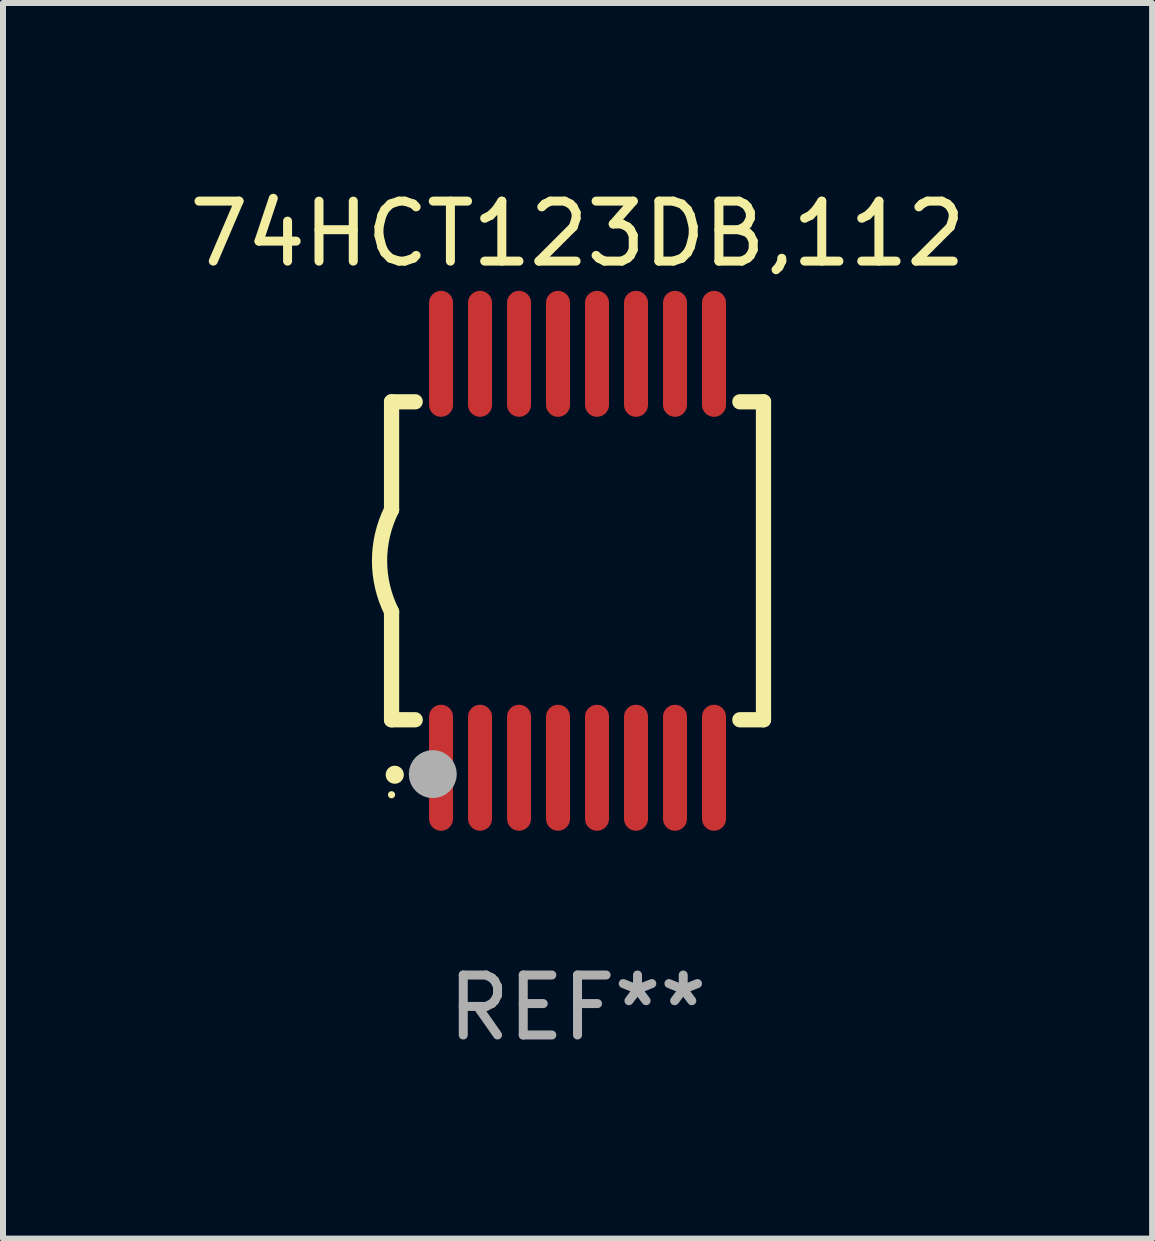
<source format=kicad_pcb>
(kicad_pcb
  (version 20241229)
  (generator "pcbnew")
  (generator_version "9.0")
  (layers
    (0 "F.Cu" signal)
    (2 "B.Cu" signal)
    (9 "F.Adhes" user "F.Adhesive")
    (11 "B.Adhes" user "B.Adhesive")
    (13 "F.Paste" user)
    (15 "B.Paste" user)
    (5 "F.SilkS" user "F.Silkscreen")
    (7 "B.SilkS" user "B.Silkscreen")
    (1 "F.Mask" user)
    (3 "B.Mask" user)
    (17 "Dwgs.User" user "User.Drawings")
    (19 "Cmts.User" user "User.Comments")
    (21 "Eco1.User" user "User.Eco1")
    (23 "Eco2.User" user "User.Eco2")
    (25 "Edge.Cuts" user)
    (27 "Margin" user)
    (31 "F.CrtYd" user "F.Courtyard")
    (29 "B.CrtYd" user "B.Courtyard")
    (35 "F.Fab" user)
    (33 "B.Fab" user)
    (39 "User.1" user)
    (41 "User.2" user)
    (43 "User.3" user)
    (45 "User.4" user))
  (footprint "74HCT123DB,112"
    (layer "F.Cu")
    (at 6.577 6.298)
    (property "Reference" "74HCT123DB,112" (at 0 -5.45 0) (layer "F.SilkS") (effects (font (size 1 1) (thickness 0.15))))
    (attr through_hole)
    (fp_line (start -3.1 -2.65) (end -3.1 -0.85) (stroke (width 0.254) (type solid)) (layer "F.SilkS"))
    (fp_line (start -3.1 -2.65) (end -2.706 -2.65) (stroke (width 0.254) (type solid)) (layer "F.SilkS"))
    (fp_line (start -3.1 2.65) (end -3.1 0.85) (stroke (width 0.254) (type solid)) (layer "F.SilkS"))
    (fp_line (start -3.1 2.65) (end -2.706 2.65) (stroke (width 0.254) (type solid)) (layer "F.SilkS"))
    (fp_line (start 2.706 -2.65) (end 3.1 -2.65) (stroke (width 0.254) (type solid)) (layer "F.SilkS"))
    (fp_line (start 2.706 2.65) (end 3.1 2.65) (stroke (width 0.254) (type solid)) (layer "F.SilkS"))
    (fp_line (start 3.1 -2.65) (end 3.1 2.65) (stroke (width 0.254) (type solid)) (layer "F.SilkS"))
    (fp_arc (start -3.098907 0.850902) (mid -3.300057 0.000523) (end -3.1 -0.850114) (stroke (width 0.254001) (type solid)) (layer "F.SilkS"))
    (fp_arc (start -3.048006 3.566066) (mid -3.046736 3.566061) (end -3.045466 3.566066) (stroke (width 0.3) (type solid)) (layer "F.SilkS"))
    (fp_circle (center -3.1 3.9) (end -3.07 3.9) (stroke (width 0.06) (type solid)) (fill no) (layer "F.SilkS"))
    (fp_circle (center -2.413 3.556) (end -2.213 3.556) (stroke (width 0.4) (type solid)) (fill no) (layer "F.Fab"))
    (fp_text user "REF**" (at 0 7.45 0) (layer "F.Fab") (effects (font (size 1 1) (thickness 0.15))))
    (pad "1" smd oval (at -2.275 3.45 180) (size 0.4 2.1) (layers "F.Cu" "F.Mask" "F.Paste"))
    (pad "2" smd oval (at -1.625 3.45 180) (size 0.4 2.1) (layers "F.Cu" "F.Mask" "F.Paste"))
    (pad "3" smd oval (at -0.975 3.45 180) (size 0.4 2.1) (layers "F.Cu" "F.Mask" "F.Paste"))
    (pad "4" smd oval (at -0.325 3.45 180) (size 0.4 2.1) (layers "F.Cu" "F.Mask" "F.Paste"))
    (pad "5" smd oval (at 0.325 3.45 180) (size 0.4 2.1) (layers "F.Cu" "F.Mask" "F.Paste"))
    (pad "6" smd oval (at 0.975 3.45 180) (size 0.4 2.1) (layers "F.Cu" "F.Mask" "F.Paste"))
    (pad "7" smd oval (at 1.625 3.45 180) (size 0.4 2.1) (layers "F.Cu" "F.Mask" "F.Paste"))
    (pad "8" smd oval (at 2.275 3.45 180) (size 0.4 2.1) (layers "F.Cu" "F.Mask" "F.Paste"))
    (pad "9" smd oval (at 2.275 -3.45 180) (size 0.4 2.1) (layers "F.Cu" "F.Mask" "F.Paste"))
    (pad "10" smd oval (at 1.625 -3.45 180) (size 0.4 2.1) (layers "F.Cu" "F.Mask" "F.Paste"))
    (pad "11" smd oval (at 0.975 -3.45 180) (size 0.4 2.1) (layers "F.Cu" "F.Mask" "F.Paste"))
    (pad "12" smd oval (at 0.325 -3.45 180) (size 0.4 2.1) (layers "F.Cu" "F.Mask" "F.Paste"))
    (pad "13" smd oval (at -0.325 -3.45 180) (size 0.4 2.1) (layers "F.Cu" "F.Mask" "F.Paste"))
    (pad "14" smd oval (at -0.975 -3.45 180) (size 0.4 2.1) (layers "F.Cu" "F.Mask" "F.Paste"))
    (pad "15" smd oval (at -1.625 -3.45 180) (size 0.4 2.1) (layers "F.Cu" "F.Mask" "F.Paste"))
    (pad "16" smd oval (at -2.275 -3.45 180) (size 0.4 2.1) (layers "F.Cu" "F.Mask" "F.Paste")))
  (gr_rect
    (start -3 -3)
    (end 16.155 17.597)
    (stroke (width 0.1) (type default))
    (fill no)
    (layer "Edge.Cuts")))
</source>
